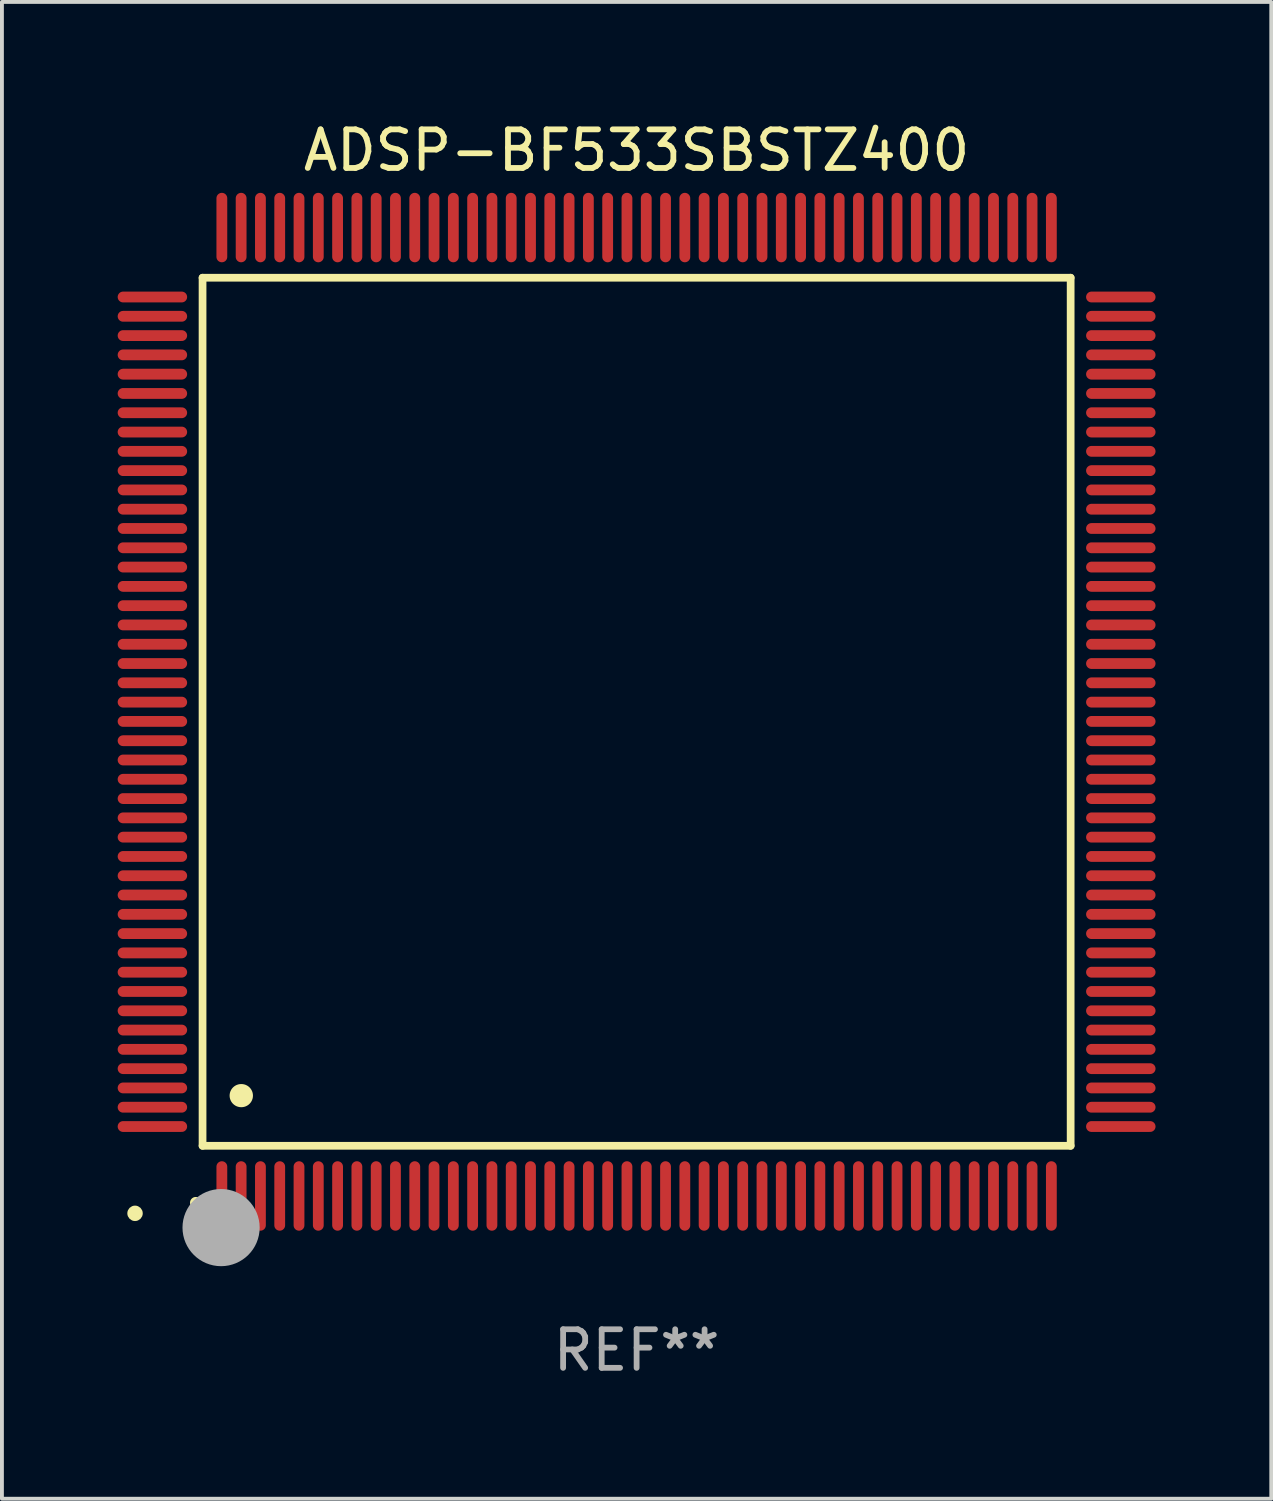
<source format=kicad_pcb>
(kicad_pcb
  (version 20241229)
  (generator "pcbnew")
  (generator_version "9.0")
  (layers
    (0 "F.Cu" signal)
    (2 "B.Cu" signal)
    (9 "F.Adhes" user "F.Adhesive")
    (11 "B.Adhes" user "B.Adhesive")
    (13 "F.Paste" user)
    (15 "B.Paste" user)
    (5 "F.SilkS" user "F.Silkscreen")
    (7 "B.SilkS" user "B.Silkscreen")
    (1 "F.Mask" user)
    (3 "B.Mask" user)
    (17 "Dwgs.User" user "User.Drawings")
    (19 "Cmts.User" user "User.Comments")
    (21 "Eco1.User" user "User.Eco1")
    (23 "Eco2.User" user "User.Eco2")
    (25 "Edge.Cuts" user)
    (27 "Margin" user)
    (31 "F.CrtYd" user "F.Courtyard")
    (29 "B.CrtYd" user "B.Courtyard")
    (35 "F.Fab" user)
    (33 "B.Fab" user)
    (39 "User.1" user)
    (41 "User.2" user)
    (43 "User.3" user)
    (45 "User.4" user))
  (footprint "ADSP-BF533SBSTZ400"
    (layer "F.Cu")
    (at 13.45 15.398)
    (property "Reference" "ADSP-BF533SBSTZ400" (at 0 -14.55 0) (layer "F.SilkS") (effects (font (size 1 1) (thickness 0.15))))
    (attr through_hole)
    (fp_line (start -11.25 -11.25) (end 11.25 -11.25) (stroke (width 0.2) (type solid)) (layer "F.SilkS"))
    (fp_line (start -11.25 11.25) (end -11.25 -11.25) (stroke (width 0.2) (type solid)) (layer "F.SilkS"))
    (fp_line (start 11.25 -11.25) (end 11.25 11.25) (stroke (width 0.2) (type solid)) (layer "F.SilkS"))
    (fp_line (start 11.25 11.25) (end -11.25 11.25) (stroke (width 0.2) (type solid)) (layer "F.SilkS"))
    (fp_arc (start -11.424943 12.725425) (mid -11.423673 12.72542) (end -11.422403 12.725425) (stroke (width 0.3) (type solid)) (layer "F.SilkS"))
    (fp_arc (start -10.24892 9.9492) (mid -10.24638 9.949189) (end -10.24384 9.9492) (stroke (width 0.6) (type solid)) (layer "F.SilkS"))
    (fp_circle (center -13 13) (end -12.9 13) (stroke (width 0.2) (type solid)) (fill no) (layer "F.SilkS"))
    (fp_circle (center -10.77 13.37) (end -10.27 13.37) (stroke (width 1) (type solid)) (fill no) (layer "F.Fab"))
    (fp_text user "REF**" (at 0 16.55 0) (layer "F.Fab") (effects (font (size 1 1) (thickness 0.15))))
    (pad "1" smd oval (at -10.75 12.55) (size 0.28 1.8) (layers "F.Cu" "F.Mask" "F.Paste"))
    (pad "2" smd oval (at -10.25 12.55) (size 0.28 1.8) (layers "F.Cu" "F.Mask" "F.Paste"))
    (pad "3" smd oval (at -9.75 12.55) (size 0.28 1.8) (layers "F.Cu" "F.Mask" "F.Paste"))
    (pad "4" smd oval (at -9.25 12.55) (size 0.28 1.8) (layers "F.Cu" "F.Mask" "F.Paste"))
    (pad "5" smd oval (at -8.75 12.55) (size 0.28 1.8) (layers "F.Cu" "F.Mask" "F.Paste"))
    (pad "6" smd oval (at -8.25 12.55) (size 0.28 1.8) (layers "F.Cu" "F.Mask" "F.Paste"))
    (pad "7" smd oval (at -7.75 12.55) (size 0.28 1.8) (layers "F.Cu" "F.Mask" "F.Paste"))
    (pad "8" smd oval (at -7.25 12.55) (size 0.28 1.8) (layers "F.Cu" "F.Mask" "F.Paste"))
    (pad "9" smd oval (at -6.75 12.55) (size 0.28 1.8) (layers "F.Cu" "F.Mask" "F.Paste"))
    (pad "10" smd oval (at -6.25 12.55) (size 0.28 1.8) (layers "F.Cu" "F.Mask" "F.Paste"))
    (pad "11" smd oval (at -5.75 12.55) (size 0.28 1.8) (layers "F.Cu" "F.Mask" "F.Paste"))
    (pad "12" smd oval (at -5.25 12.55) (size 0.28 1.8) (layers "F.Cu" "F.Mask" "F.Paste"))
    (pad "13" smd oval (at -4.75 12.55) (size 0.28 1.8) (layers "F.Cu" "F.Mask" "F.Paste"))
    (pad "14" smd oval (at -4.25 12.55) (size 0.28 1.8) (layers "F.Cu" "F.Mask" "F.Paste"))
    (pad "15" smd oval (at -3.75 12.55) (size 0.28 1.8) (layers "F.Cu" "F.Mask" "F.Paste"))
    (pad "16" smd oval (at -3.25 12.55) (size 0.28 1.8) (layers "F.Cu" "F.Mask" "F.Paste"))
    (pad "17" smd oval (at -2.75 12.55) (size 0.28 1.8) (layers "F.Cu" "F.Mask" "F.Paste"))
    (pad "18" smd oval (at -2.25 12.55) (size 0.28 1.8) (layers "F.Cu" "F.Mask" "F.Paste"))
    (pad "19" smd oval (at -1.75 12.55) (size 0.28 1.8) (layers "F.Cu" "F.Mask" "F.Paste"))
    (pad "20" smd oval (at -1.25 12.55) (size 0.28 1.8) (layers "F.Cu" "F.Mask" "F.Paste"))
    (pad "21" smd oval (at -0.75 12.55) (size 0.28 1.8) (layers "F.Cu" "F.Mask" "F.Paste"))
    (pad "22" smd oval (at -0.25 12.55) (size 0.28 1.8) (layers "F.Cu" "F.Mask" "F.Paste"))
    (pad "23" smd oval (at 0.25 12.55) (size 0.28 1.8) (layers "F.Cu" "F.Mask" "F.Paste"))
    (pad "24" smd oval (at 0.75 12.55) (size 0.28 1.8) (layers "F.Cu" "F.Mask" "F.Paste"))
    (pad "25" smd oval (at 1.25 12.55) (size 0.28 1.8) (layers "F.Cu" "F.Mask" "F.Paste"))
    (pad "26" smd oval (at 1.75 12.55) (size 0.28 1.8) (layers "F.Cu" "F.Mask" "F.Paste"))
    (pad "27" smd oval (at 2.25 12.55) (size 0.28 1.8) (layers "F.Cu" "F.Mask" "F.Paste"))
    (pad "28" smd oval (at 2.75 12.55) (size 0.28 1.8) (layers "F.Cu" "F.Mask" "F.Paste"))
    (pad "29" smd oval (at 3.25 12.55) (size 0.28 1.8) (layers "F.Cu" "F.Mask" "F.Paste"))
    (pad "30" smd oval (at 3.75 12.55) (size 0.28 1.8) (layers "F.Cu" "F.Mask" "F.Paste"))
    (pad "31" smd oval (at 4.25 12.55) (size 0.28 1.8) (layers "F.Cu" "F.Mask" "F.Paste"))
    (pad "32" smd oval (at 4.75 12.55) (size 0.28 1.8) (layers "F.Cu" "F.Mask" "F.Paste"))
    (pad "33" smd oval (at 5.25 12.55) (size 0.28 1.8) (layers "F.Cu" "F.Mask" "F.Paste"))
    (pad "34" smd oval (at 5.75 12.55) (size 0.28 1.8) (layers "F.Cu" "F.Mask" "F.Paste"))
    (pad "35" smd oval (at 6.25 12.55) (size 0.28 1.8) (layers "F.Cu" "F.Mask" "F.Paste"))
    (pad "36" smd oval (at 6.75 12.55) (size 0.28 1.8) (layers "F.Cu" "F.Mask" "F.Paste"))
    (pad "37" smd oval (at 7.25 12.55) (size 0.28 1.8) (layers "F.Cu" "F.Mask" "F.Paste"))
    (pad "38" smd oval (at 7.75 12.55) (size 0.28 1.8) (layers "F.Cu" "F.Mask" "F.Paste"))
    (pad "39" smd oval (at 8.25 12.55) (size 0.28 1.8) (layers "F.Cu" "F.Mask" "F.Paste"))
    (pad "40" smd oval (at 8.75 12.55) (size 0.28 1.8) (layers "F.Cu" "F.Mask" "F.Paste"))
    (pad "41" smd oval (at 9.25 12.55) (size 0.28 1.8) (layers "F.Cu" "F.Mask" "F.Paste"))
    (pad "42" smd oval (at 9.75 12.55) (size 0.28 1.8) (layers "F.Cu" "F.Mask" "F.Paste"))
    (pad "43" smd oval (at 10.25 12.55) (size 0.28 1.8) (layers "F.Cu" "F.Mask" "F.Paste"))
    (pad "44" smd oval (at 10.75 12.55) (size 0.28 1.8) (layers "F.Cu" "F.Mask" "F.Paste"))
    (pad "45" smd oval (at 12.55 10.75) (size 1.8 0.28) (layers "F.Cu" "F.Mask" "F.Paste"))
    (pad "46" smd oval (at 12.55 10.25) (size 1.8 0.28) (layers "F.Cu" "F.Mask" "F.Paste"))
    (pad "47" smd oval (at 12.55 9.75) (size 1.8 0.28) (layers "F.Cu" "F.Mask" "F.Paste"))
    (pad "48" smd oval (at 12.55 9.25) (size 1.8 0.28) (layers "F.Cu" "F.Mask" "F.Paste"))
    (pad "49" smd oval (at 12.55 8.75) (size 1.8 0.28) (layers "F.Cu" "F.Mask" "F.Paste"))
    (pad "50" smd oval (at 12.55 8.25) (size 1.8 0.28) (layers "F.Cu" "F.Mask" "F.Paste"))
    (pad "51" smd oval (at 12.55 7.75) (size 1.8 0.28) (layers "F.Cu" "F.Mask" "F.Paste"))
    (pad "52" smd oval (at 12.55 7.25) (size 1.8 0.28) (layers "F.Cu" "F.Mask" "F.Paste"))
    (pad "53" smd oval (at 12.55 6.75) (size 1.8 0.28) (layers "F.Cu" "F.Mask" "F.Paste"))
    (pad "54" smd oval (at 12.55 6.25) (size 1.8 0.28) (layers "F.Cu" "F.Mask" "F.Paste"))
    (pad "55" smd oval (at 12.55 5.75) (size 1.8 0.28) (layers "F.Cu" "F.Mask" "F.Paste"))
    (pad "56" smd oval (at 12.55 5.25) (size 1.8 0.28) (layers "F.Cu" "F.Mask" "F.Paste"))
    (pad "57" smd oval (at 12.55 4.75) (size 1.8 0.28) (layers "F.Cu" "F.Mask" "F.Paste"))
    (pad "58" smd oval (at 12.55 4.25) (size 1.8 0.28) (layers "F.Cu" "F.Mask" "F.Paste"))
    (pad "59" smd oval (at 12.55 3.75) (size 1.8 0.28) (layers "F.Cu" "F.Mask" "F.Paste"))
    (pad "60" smd oval (at 12.55 3.25) (size 1.8 0.28) (layers "F.Cu" "F.Mask" "F.Paste"))
    (pad "61" smd oval (at 12.55 2.75) (size 1.8 0.28) (layers "F.Cu" "F.Mask" "F.Paste"))
    (pad "62" smd oval (at 12.55 2.25) (size 1.8 0.28) (layers "F.Cu" "F.Mask" "F.Paste"))
    (pad "63" smd oval (at 12.55 1.75) (size 1.8 0.28) (layers "F.Cu" "F.Mask" "F.Paste"))
    (pad "64" smd oval (at 12.55 1.25) (size 1.8 0.28) (layers "F.Cu" "F.Mask" "F.Paste"))
    (pad "65" smd oval (at 12.55 0.75) (size 1.8 0.28) (layers "F.Cu" "F.Mask" "F.Paste"))
    (pad "66" smd oval (at 12.55 0.25) (size 1.8 0.28) (layers "F.Cu" "F.Mask" "F.Paste"))
    (pad "67" smd oval (at 12.55 -0.25) (size 1.8 0.28) (layers "F.Cu" "F.Mask" "F.Paste"))
    (pad "68" smd oval (at 12.55 -0.75) (size 1.8 0.28) (layers "F.Cu" "F.Mask" "F.Paste"))
    (pad "69" smd oval (at 12.55 -1.25) (size 1.8 0.28) (layers "F.Cu" "F.Mask" "F.Paste"))
    (pad "70" smd oval (at 12.55 -1.75) (size 1.8 0.28) (layers "F.Cu" "F.Mask" "F.Paste"))
    (pad "71" smd oval (at 12.55 -2.25) (size 1.8 0.28) (layers "F.Cu" "F.Mask" "F.Paste"))
    (pad "72" smd oval (at 12.55 -2.75) (size 1.8 0.28) (layers "F.Cu" "F.Mask" "F.Paste"))
    (pad "73" smd oval (at 12.55 -3.25) (size 1.8 0.28) (layers "F.Cu" "F.Mask" "F.Paste"))
    (pad "74" smd oval (at 12.55 -3.75) (size 1.8 0.28) (layers "F.Cu" "F.Mask" "F.Paste"))
    (pad "75" smd oval (at 12.55 -4.25) (size 1.8 0.28) (layers "F.Cu" "F.Mask" "F.Paste"))
    (pad "76" smd oval (at 12.55 -4.75) (size 1.8 0.28) (layers "F.Cu" "F.Mask" "F.Paste"))
    (pad "77" smd oval (at 12.55 -5.25) (size 1.8 0.28) (layers "F.Cu" "F.Mask" "F.Paste"))
    (pad "78" smd oval (at 12.55 -5.75) (size 1.8 0.28) (layers "F.Cu" "F.Mask" "F.Paste"))
    (pad "79" smd oval (at 12.55 -6.25) (size 1.8 0.28) (layers "F.Cu" "F.Mask" "F.Paste"))
    (pad "80" smd oval (at 12.55 -6.75) (size 1.8 0.28) (layers "F.Cu" "F.Mask" "F.Paste"))
    (pad "81" smd oval (at 12.55 -7.25) (size 1.8 0.28) (layers "F.Cu" "F.Mask" "F.Paste"))
    (pad "82" smd oval (at 12.55 -7.75) (size 1.8 0.28) (layers "F.Cu" "F.Mask" "F.Paste"))
    (pad "83" smd oval (at 12.55 -8.25) (size 1.8 0.28) (layers "F.Cu" "F.Mask" "F.Paste"))
    (pad "84" smd oval (at 12.55 -8.75) (size 1.8 0.28) (layers "F.Cu" "F.Mask" "F.Paste"))
    (pad "85" smd oval (at 12.55 -9.25) (size 1.8 0.28) (layers "F.Cu" "F.Mask" "F.Paste"))
    (pad "86" smd oval (at 12.55 -9.75) (size 1.8 0.28) (layers "F.Cu" "F.Mask" "F.Paste"))
    (pad "87" smd oval (at 12.55 -10.25) (size 1.8 0.28) (layers "F.Cu" "F.Mask" "F.Paste"))
    (pad "88" smd oval (at 12.55 -10.75) (size 1.8 0.28) (layers "F.Cu" "F.Mask" "F.Paste"))
    (pad "89" smd oval (at 10.75 -12.55) (size 0.28 1.8) (layers "F.Cu" "F.Mask" "F.Paste"))
    (pad "90" smd oval (at 10.25 -12.55) (size 0.28 1.8) (layers "F.Cu" "F.Mask" "F.Paste"))
    (pad "91" smd oval (at 9.75 -12.55) (size 0.28 1.8) (layers "F.Cu" "F.Mask" "F.Paste"))
    (pad "92" smd oval (at 9.25 -12.55) (size 0.28 1.8) (layers "F.Cu" "F.Mask" "F.Paste"))
    (pad "93" smd oval (at 8.75 -12.55) (size 0.28 1.8) (layers "F.Cu" "F.Mask" "F.Paste"))
    (pad "94" smd oval (at 8.25 -12.55) (size 0.28 1.8) (layers "F.Cu" "F.Mask" "F.Paste"))
    (pad "95" smd oval (at 7.75 -12.55) (size 0.28 1.8) (layers "F.Cu" "F.Mask" "F.Paste"))
    (pad "96" smd oval (at 7.25 -12.55) (size 0.28 1.8) (layers "F.Cu" "F.Mask" "F.Paste"))
    (pad "97" smd oval (at 6.75 -12.55) (size 0.28 1.8) (layers "F.Cu" "F.Mask" "F.Paste"))
    (pad "98" smd oval (at 6.25 -12.55) (size 0.28 1.8) (layers "F.Cu" "F.Mask" "F.Paste"))
    (pad "99" smd oval (at 5.75 -12.55) (size 0.28 1.8) (layers "F.Cu" "F.Mask" "F.Paste"))
    (pad "100" smd oval (at 5.25 -12.55) (size 0.28 1.8) (layers "F.Cu" "F.Mask" "F.Paste"))
    (pad "101" smd oval (at 4.75 -12.55) (size 0.28 1.8) (layers "F.Cu" "F.Mask" "F.Paste"))
    (pad "102" smd oval (at 4.25 -12.55) (size 0.28 1.8) (layers "F.Cu" "F.Mask" "F.Paste"))
    (pad "103" smd oval (at 3.75 -12.55) (size 0.28 1.8) (layers "F.Cu" "F.Mask" "F.Paste"))
    (pad "104" smd oval (at 3.25 -12.55) (size 0.28 1.8) (layers "F.Cu" "F.Mask" "F.Paste"))
    (pad "105" smd oval (at 2.75 -12.55) (size 0.28 1.8) (layers "F.Cu" "F.Mask" "F.Paste"))
    (pad "106" smd oval (at 2.25 -12.55) (size 0.28 1.8) (layers "F.Cu" "F.Mask" "F.Paste"))
    (pad "107" smd oval (at 1.75 -12.55) (size 0.28 1.8) (layers "F.Cu" "F.Mask" "F.Paste"))
    (pad "108" smd oval (at 1.25 -12.55) (size 0.28 1.8) (layers "F.Cu" "F.Mask" "F.Paste"))
    (pad "109" smd oval (at 0.75 -12.55) (size 0.28 1.8) (layers "F.Cu" "F.Mask" "F.Paste"))
    (pad "110" smd oval (at 0.25 -12.55) (size 0.28 1.8) (layers "F.Cu" "F.Mask" "F.Paste"))
    (pad "111" smd oval (at -0.25 -12.55) (size 0.28 1.8) (layers "F.Cu" "F.Mask" "F.Paste"))
    (pad "112" smd oval (at -0.75 -12.55) (size 0.28 1.8) (layers "F.Cu" "F.Mask" "F.Paste"))
    (pad "113" smd oval (at -1.25 -12.55) (size 0.28 1.8) (layers "F.Cu" "F.Mask" "F.Paste"))
    (pad "114" smd oval (at -1.75 -12.55) (size 0.28 1.8) (layers "F.Cu" "F.Mask" "F.Paste"))
    (pad "115" smd oval (at -2.25 -12.55) (size 0.28 1.8) (layers "F.Cu" "F.Mask" "F.Paste"))
    (pad "116" smd oval (at -2.75 -12.55) (size 0.28 1.8) (layers "F.Cu" "F.Mask" "F.Paste"))
    (pad "117" smd oval (at -3.25 -12.55) (size 0.28 1.8) (layers "F.Cu" "F.Mask" "F.Paste"))
    (pad "118" smd oval (at -3.75 -12.55) (size 0.28 1.8) (layers "F.Cu" "F.Mask" "F.Paste"))
    (pad "119" smd oval (at -4.25 -12.55) (size 0.28 1.8) (layers "F.Cu" "F.Mask" "F.Paste"))
    (pad "120" smd oval (at -4.75 -12.55) (size 0.28 1.8) (layers "F.Cu" "F.Mask" "F.Paste"))
    (pad "121" smd oval (at -5.25 -12.55) (size 0.28 1.8) (layers "F.Cu" "F.Mask" "F.Paste"))
    (pad "122" smd oval (at -5.75 -12.55) (size 0.28 1.8) (layers "F.Cu" "F.Mask" "F.Paste"))
    (pad "123" smd oval (at -6.25 -12.55) (size 0.28 1.8) (layers "F.Cu" "F.Mask" "F.Paste"))
    (pad "124" smd oval (at -6.75 -12.55) (size 0.28 1.8) (layers "F.Cu" "F.Mask" "F.Paste"))
    (pad "125" smd oval (at -7.25 -12.55) (size 0.28 1.8) (layers "F.Cu" "F.Mask" "F.Paste"))
    (pad "126" smd oval (at -7.75 -12.55) (size 0.28 1.8) (layers "F.Cu" "F.Mask" "F.Paste"))
    (pad "127" smd oval (at -8.25 -12.55) (size 0.28 1.8) (layers "F.Cu" "F.Mask" "F.Paste"))
    (pad "128" smd oval (at -8.75 -12.55) (size 0.28 1.8) (layers "F.Cu" "F.Mask" "F.Paste"))
    (pad "129" smd oval (at -9.25 -12.55) (size 0.28 1.8) (layers "F.Cu" "F.Mask" "F.Paste"))
    (pad "130" smd oval (at -9.75 -12.55) (size 0.28 1.8) (layers "F.Cu" "F.Mask" "F.Paste"))
    (pad "131" smd oval (at -10.25 -12.55) (size 0.28 1.8) (layers "F.Cu" "F.Mask" "F.Paste"))
    (pad "132" smd oval (at -10.75 -12.55) (size 0.28 1.8) (layers "F.Cu" "F.Mask" "F.Paste"))
    (pad "133" smd oval (at -12.55 -10.75) (size 1.8 0.28) (layers "F.Cu" "F.Mask" "F.Paste"))
    (pad "134" smd oval (at -12.55 -10.25) (size 1.8 0.28) (layers "F.Cu" "F.Mask" "F.Paste"))
    (pad "135" smd oval (at -12.55 -9.75) (size 1.8 0.28) (layers "F.Cu" "F.Mask" "F.Paste"))
    (pad "136" smd oval (at -12.55 -9.25) (size 1.8 0.28) (layers "F.Cu" "F.Mask" "F.Paste"))
    (pad "137" smd oval (at -12.55 -8.75) (size 1.8 0.28) (layers "F.Cu" "F.Mask" "F.Paste"))
    (pad "138" smd oval (at -12.55 -8.25) (size 1.8 0.28) (layers "F.Cu" "F.Mask" "F.Paste"))
    (pad "139" smd oval (at -12.55 -7.75) (size 1.8 0.28) (layers "F.Cu" "F.Mask" "F.Paste"))
    (pad "140" smd oval (at -12.55 -7.25) (size 1.8 0.28) (layers "F.Cu" "F.Mask" "F.Paste"))
    (pad "141" smd oval (at -12.55 -6.75) (size 1.8 0.28) (layers "F.Cu" "F.Mask" "F.Paste"))
    (pad "142" smd oval (at -12.55 -6.25) (size 1.8 0.28) (layers "F.Cu" "F.Mask" "F.Paste"))
    (pad "143" smd oval (at -12.55 -5.75) (size 1.8 0.28) (layers "F.Cu" "F.Mask" "F.Paste"))
    (pad "144" smd oval (at -12.55 -5.25) (size 1.8 0.28) (layers "F.Cu" "F.Mask" "F.Paste"))
    (pad "145" smd oval (at -12.55 -4.75) (size 1.8 0.28) (layers "F.Cu" "F.Mask" "F.Paste"))
    (pad "146" smd oval (at -12.55 -4.25) (size 1.8 0.28) (layers "F.Cu" "F.Mask" "F.Paste"))
    (pad "147" smd oval (at -12.55 -3.75) (size 1.8 0.28) (layers "F.Cu" "F.Mask" "F.Paste"))
    (pad "148" smd oval (at -12.55 -3.25) (size 1.8 0.28) (layers "F.Cu" "F.Mask" "F.Paste"))
    (pad "149" smd oval (at -12.55 -2.75) (size 1.8 0.28) (layers "F.Cu" "F.Mask" "F.Paste"))
    (pad "150" smd oval (at -12.55 -2.25) (size 1.8 0.28) (layers "F.Cu" "F.Mask" "F.Paste"))
    (pad "151" smd oval (at -12.55 -1.75) (size 1.8 0.28) (layers "F.Cu" "F.Mask" "F.Paste"))
    (pad "152" smd oval (at -12.55 -1.25) (size 1.8 0.28) (layers "F.Cu" "F.Mask" "F.Paste"))
    (pad "153" smd oval (at -12.55 -0.75) (size 1.8 0.28) (layers "F.Cu" "F.Mask" "F.Paste"))
    (pad "154" smd oval (at -12.55 -0.25) (size 1.8 0.28) (layers "F.Cu" "F.Mask" "F.Paste"))
    (pad "155" smd oval (at -12.55 0.25) (size 1.8 0.28) (layers "F.Cu" "F.Mask" "F.Paste"))
    (pad "156" smd oval (at -12.55 0.75) (size 1.8 0.28) (layers "F.Cu" "F.Mask" "F.Paste"))
    (pad "157" smd oval (at -12.55 1.25) (size 1.8 0.28) (layers "F.Cu" "F.Mask" "F.Paste"))
    (pad "158" smd oval (at -12.55 1.75) (size 1.8 0.28) (layers "F.Cu" "F.Mask" "F.Paste"))
    (pad "159" smd oval (at -12.55 2.25) (size 1.8 0.28) (layers "F.Cu" "F.Mask" "F.Paste"))
    (pad "160" smd oval (at -12.55 2.75) (size 1.8 0.28) (layers "F.Cu" "F.Mask" "F.Paste"))
    (pad "161" smd oval (at -12.55 3.25) (size 1.8 0.28) (layers "F.Cu" "F.Mask" "F.Paste"))
    (pad "162" smd oval (at -12.55 3.75) (size 1.8 0.28) (layers "F.Cu" "F.Mask" "F.Paste"))
    (pad "163" smd oval (at -12.55 4.25) (size 1.8 0.28) (layers "F.Cu" "F.Mask" "F.Paste"))
    (pad "164" smd oval (at -12.55 4.75) (size 1.8 0.28) (layers "F.Cu" "F.Mask" "F.Paste"))
    (pad "165" smd oval (at -12.55 5.25) (size 1.8 0.28) (layers "F.Cu" "F.Mask" "F.Paste"))
    (pad "166" smd oval (at -12.55 5.75) (size 1.8 0.28) (layers "F.Cu" "F.Mask" "F.Paste"))
    (pad "167" smd oval (at -12.55 6.25) (size 1.8 0.28) (layers "F.Cu" "F.Mask" "F.Paste"))
    (pad "168" smd oval (at -12.55 6.75) (size 1.8 0.28) (layers "F.Cu" "F.Mask" "F.Paste"))
    (pad "169" smd oval (at -12.55 7.25) (size 1.8 0.28) (layers "F.Cu" "F.Mask" "F.Paste"))
    (pad "170" smd oval (at -12.55 7.75) (size 1.8 0.28) (layers "F.Cu" "F.Mask" "F.Paste"))
    (pad "171" smd oval (at -12.55 8.25) (size 1.8 0.28) (layers "F.Cu" "F.Mask" "F.Paste"))
    (pad "172" smd oval (at -12.55 8.75) (size 1.8 0.28) (layers "F.Cu" "F.Mask" "F.Paste"))
    (pad "173" smd oval (at -12.55 9.25) (size 1.8 0.28) (layers "F.Cu" "F.Mask" "F.Paste"))
    (pad "174" smd oval (at -12.55 9.75) (size 1.8 0.28) (layers "F.Cu" "F.Mask" "F.Paste"))
    (pad "175" smd oval (at -12.55 10.25) (size 1.8 0.28) (layers "F.Cu" "F.Mask" "F.Paste"))
    (pad "176" smd oval (at -12.55 10.75) (size 1.8 0.28) (layers "F.Cu" "F.Mask" "F.Paste")))
  (gr_rect
    (start -3 -3)
    (end 29.9 35.796)
    (stroke (width 0.1) (type default))
    (fill no)
    (layer "Edge.Cuts")))
</source>
